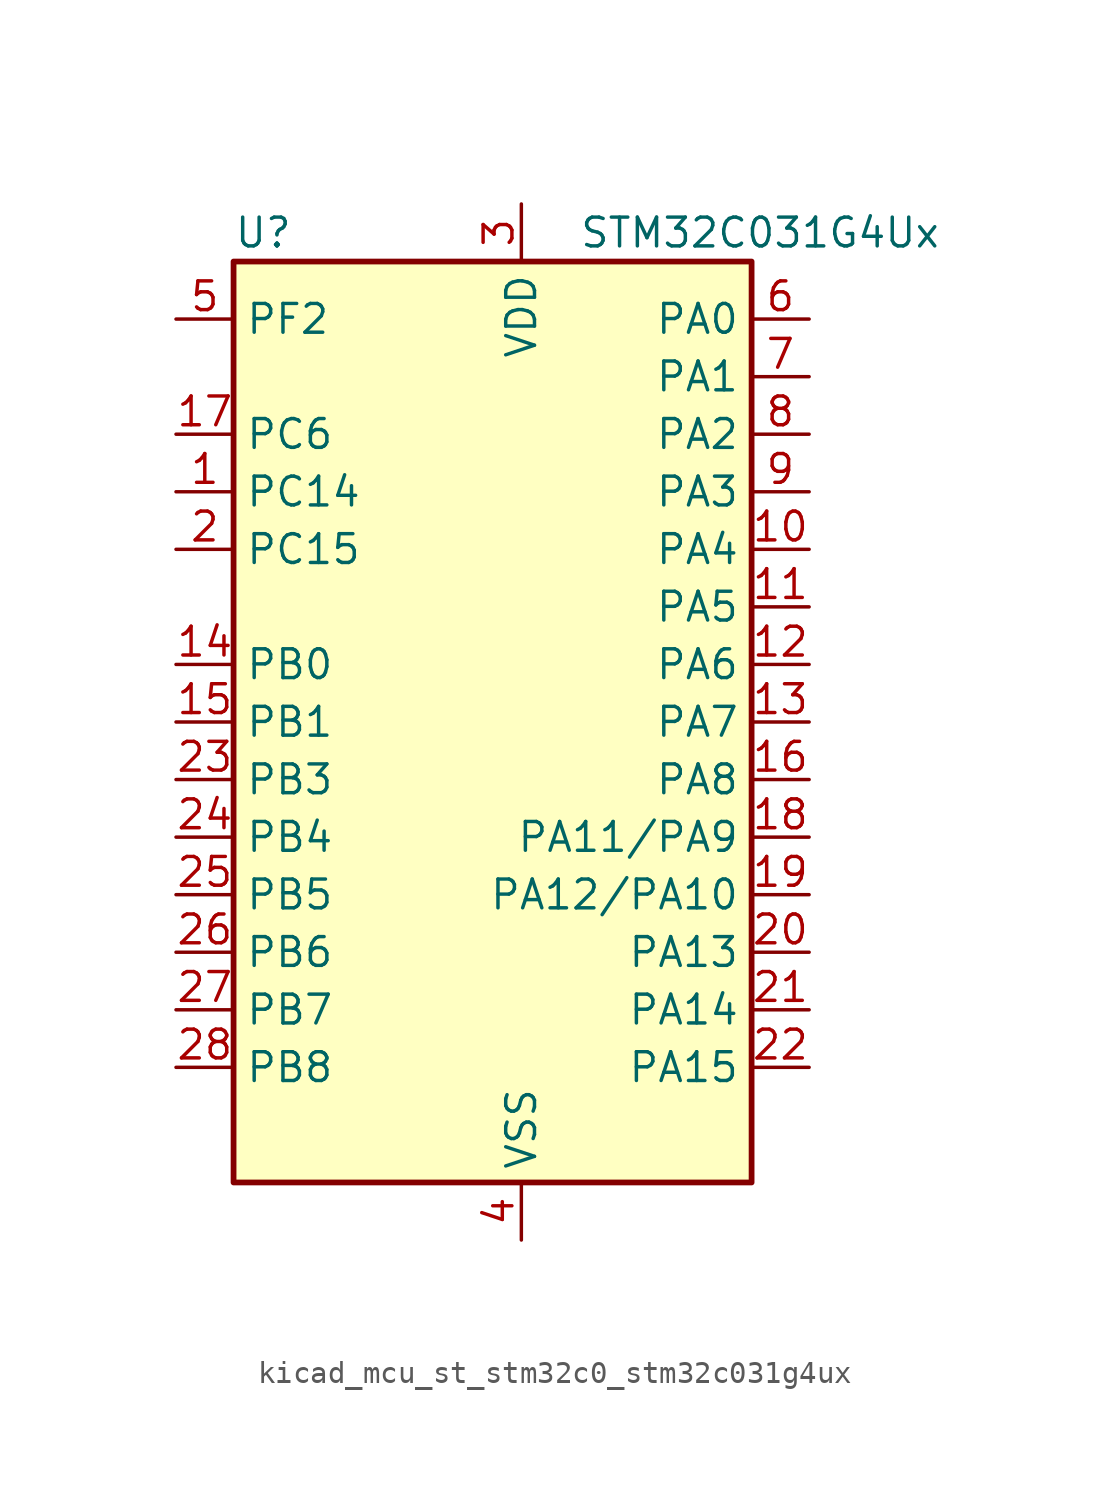
<source format=kicad_sym>
(kicad_symbol_lib
  (version 20220914)
  (generator kicad_symbol_editor)
  (symbol "kicad_mcu_st_stm32c0_stm32c031g4ux"
    (property "Reference" "U"
      (at -10.16 21.59 0)
      (effects (font (size 1.27 1.27)) (justify left)))
    (property "Value" "STM32C031G4Ux"
      (at 5.08 21.59 0)
      (effects (font (size 1.27 1.27)) (justify left)))
    (property "ki_locked" ""
      (at 0 0 0)
      (effects (font (size 1.27 1.27))))
    (symbol "kicad_mcu_st_stm32c0_stm32c031g4ux_0_1"
      (rectangle (start -10.16 -20.32) (end 12.7 20.32) (stroke (width 0.254) (type default)) (fill (type background))))
    (symbol "kicad_mcu_st_stm32c0_stm32c031g4ux_1_1"
      (pin bidirectional line (at -12.7 10.16 0) (length 2.54) (name "PC14" (effects (font (size 1.27 1.27)))) (number "1" (effects (font (size 1.27 1.27)))) (alternate "I2C1_SDA" bidirectional line) (alternate "IR_OUT" bidirectional line) (alternate "RCC_OSCX_IN" bidirectional line) (alternate "TIM17_CH1" bidirectional line) (alternate "TIM1_BKIN2" bidirectional line) (alternate "TIM1_ETR" bidirectional line) (alternate "TIM3_CH2" bidirectional line) (alternate "USART1_TX" bidirectional line) (alternate "USART2_CK" bidirectional line) (alternate "USART2_DE" bidirectional line) (alternate "USART2_RTS" bidirectional line))
      (pin bidirectional line (at 15.24 7.62 180) (length 2.54) (name "PA4" (effects (font (size 1.27 1.27)))) (number "10" (effects (font (size 1.27 1.27)))) (alternate "ADC1_IN4" bidirectional line) (alternate "I2S1_WS" bidirectional line) (alternate "PWR_WKUP2" bidirectional line) (alternate "RTC_OUT1" bidirectional line) (alternate "RTC_TS" bidirectional line) (alternate "SPI1_NSS" bidirectional line) (alternate "TIM14_CH1" bidirectional line) (alternate "TIM17_CH1N" bidirectional line) (alternate "TIM1_CH2N" bidirectional line) (alternate "USART2_TX" bidirectional line))
      (pin bidirectional line (at 15.24 5.08 180) (length 2.54) (name "PA5" (effects (font (size 1.27 1.27)))) (number "11" (effects (font (size 1.27 1.27)))) (alternate "ADC1_IN5" bidirectional line) (alternate "I2S1_CK" bidirectional line) (alternate "SPI1_SCK" bidirectional line) (alternate "TIM1_CH1" bidirectional line) (alternate "TIM1_CH3N" bidirectional line) (alternate "USART2_RX" bidirectional line))
      (pin bidirectional line (at 15.24 2.54 180) (length 2.54) (name "PA6" (effects (font (size 1.27 1.27)))) (number "12" (effects (font (size 1.27 1.27)))) (alternate "ADC1_IN6" bidirectional line) (alternate "I2S1_MCK" bidirectional line) (alternate "SPI1_MISO" bidirectional line) (alternate "TIM16_CH1" bidirectional line) (alternate "TIM1_BKIN" bidirectional line) (alternate "TIM3_CH1" bidirectional line))
      (pin bidirectional line (at 15.24 0 180) (length 2.54) (name "PA7" (effects (font (size 1.27 1.27)))) (number "13" (effects (font (size 1.27 1.27)))) (alternate "ADC1_IN7" bidirectional line) (alternate "I2S1_SD" bidirectional line) (alternate "SPI1_MOSI" bidirectional line) (alternate "TIM14_CH1" bidirectional line) (alternate "TIM17_CH1" bidirectional line) (alternate "TIM1_CH1N" bidirectional line) (alternate "TIM3_CH2" bidirectional line))
      (pin bidirectional line (at -12.7 2.54 0) (length 2.54) (name "PB0" (effects (font (size 1.27 1.27)))) (number "14" (effects (font (size 1.27 1.27)))) (alternate "ADC1_IN17" bidirectional line) (alternate "I2S1_WS" bidirectional line) (alternate "SPI1_NSS" bidirectional line) (alternate "TIM1_CH2N" bidirectional line) (alternate "TIM3_CH3" bidirectional line))
      (pin bidirectional line (at -12.7 0 0) (length 2.54) (name "PB1" (effects (font (size 1.27 1.27)))) (number "15" (effects (font (size 1.27 1.27)))) (alternate "ADC1_IN18" bidirectional line) (alternate "TIM14_CH1" bidirectional line) (alternate "TIM1_CH2N" bidirectional line) (alternate "TIM1_CH3N" bidirectional line) (alternate "TIM3_CH4" bidirectional line))
      (pin bidirectional line (at 15.24 -2.54 180) (length 2.54) (name "PA8" (effects (font (size 1.27 1.27)))) (number "16" (effects (font (size 1.27 1.27)))) (alternate "ADC1_IN8" bidirectional line) (alternate "I2S1_WS" bidirectional line) (alternate "RCC_MCO" bidirectional line) (alternate "RCC_MCO_2" bidirectional line) (alternate "SPI1_NSS" bidirectional line) (alternate "TIM14_CH1" bidirectional line) (alternate "TIM1_CH1" bidirectional line) (alternate "TIM1_CH2N" bidirectional line) (alternate "TIM1_CH3N" bidirectional line) (alternate "TIM3_CH3" bidirectional line) (alternate "TIM3_CH4" bidirectional line) (alternate "USART1_RX" bidirectional line) (alternate "USART2_TX" bidirectional line))
      (pin bidirectional line (at -12.7 12.7 0) (length 2.54) (name "PC6" (effects (font (size 1.27 1.27)))) (number "17" (effects (font (size 1.27 1.27)))) (alternate "TIM3_CH1" bidirectional line))
      (pin bidirectional line (at 15.24 -5.08 180) (length 2.54) (name "PA11/PA9" (effects (font (size 1.27 1.27)))) (number "18" (effects (font (size 1.27 1.27)))) (alternate "ADC1_EXTI11" bidirectional line) (alternate "ADC1_IN11" bidirectional line) (alternate "I2S1_MCK" bidirectional line) (alternate "SPI1_MISO" bidirectional line) (alternate "TIM1_BKIN2" bidirectional line) (alternate "TIM1_CH4" bidirectional line) (alternate "USART1_CTS" bidirectional line) (alternate "USART1_NSS" bidirectional line))
      (pin bidirectional line (at 15.24 -7.62 180) (length 2.54) (name "PA12/PA10" (effects (font (size 1.27 1.27)))) (number "19" (effects (font (size 1.27 1.27)))) (alternate "ADC1_IN12" bidirectional line) (alternate "I2S1_SD" bidirectional line) (alternate "I2S_CKIN" bidirectional line) (alternate "SPI1_MOSI" bidirectional line) (alternate "TIM1_ETR" bidirectional line) (alternate "USART1_CK" bidirectional line) (alternate "USART1_DE" bidirectional line) (alternate "USART1_RTS" bidirectional line))
      (pin bidirectional line (at -12.7 7.62 0) (length 2.54) (name "PC15" (effects (font (size 1.27 1.27)))) (number "2" (effects (font (size 1.27 1.27)))) (alternate "RCC_OSC32_EN" bidirectional line) (alternate "RCC_OSCX_OUT" bidirectional line) (alternate "RCC_OSC_EN" bidirectional line) (alternate "TIM1_ETR" bidirectional line) (alternate "TIM3_CH3" bidirectional line))
      (pin bidirectional line (at 15.24 -10.16 180) (length 2.54) (name "PA13" (effects (font (size 1.27 1.27)))) (number "20" (effects (font (size 1.27 1.27)))) (alternate "ADC1_IN13" bidirectional line) (alternate "DEBUG_SWDIO" bidirectional line) (alternate "IR_OUT" bidirectional line) (alternate "TIM3_ETR" bidirectional line) (alternate "USART2_RX" bidirectional line))
      (pin bidirectional line (at 15.24 -12.7 180) (length 2.54) (name "PA14" (effects (font (size 1.27 1.27)))) (number "21" (effects (font (size 1.27 1.27)))) (alternate "ADC1_IN14" bidirectional line) (alternate "DEBUG_SWCLK" bidirectional line) (alternate "I2S1_WS" bidirectional line) (alternate "RCC_MCO_2" bidirectional line) (alternate "SPI1_NSS" bidirectional line) (alternate "TIM1_CH1" bidirectional line) (alternate "USART1_CK" bidirectional line) (alternate "USART1_DE" bidirectional line) (alternate "USART1_RTS" bidirectional line) (alternate "USART2_RX" bidirectional line) (alternate "USART2_TX" bidirectional line))
      (pin bidirectional line (at 15.24 -15.24 180) (length 2.54) (name "PA15" (effects (font (size 1.27 1.27)))) (number "22" (effects (font (size 1.27 1.27)))) (alternate "I2S1_WS" bidirectional line) (alternate "RCC_MCO_2" bidirectional line) (alternate "SPI1_NSS" bidirectional line) (alternate "TIM1_CH1" bidirectional line) (alternate "USART1_CK" bidirectional line) (alternate "USART1_DE" bidirectional line) (alternate "USART1_RTS" bidirectional line) (alternate "USART2_RX" bidirectional line))
      (pin bidirectional line (at -12.7 -2.54 0) (length 2.54) (name "PB3" (effects (font (size 1.27 1.27)))) (number "23" (effects (font (size 1.27 1.27)))) (alternate "I2S1_CK" bidirectional line) (alternate "SPI1_SCK" bidirectional line) (alternate "TIM1_CH2" bidirectional line) (alternate "TIM3_CH2" bidirectional line) (alternate "USART1_CK" bidirectional line) (alternate "USART1_DE" bidirectional line) (alternate "USART1_RTS" bidirectional line))
      (pin bidirectional line (at -12.7 -5.08 0) (length 2.54) (name "PB4" (effects (font (size 1.27 1.27)))) (number "24" (effects (font (size 1.27 1.27)))) (alternate "I2S1_MCK" bidirectional line) (alternate "SPI1_MISO" bidirectional line) (alternate "TIM17_BKIN" bidirectional line) (alternate "TIM3_CH1" bidirectional line) (alternate "USART1_CTS" bidirectional line) (alternate "USART1_NSS" bidirectional line))
      (pin bidirectional line (at -12.7 -7.62 0) (length 2.54) (name "PB5" (effects (font (size 1.27 1.27)))) (number "25" (effects (font (size 1.27 1.27)))) (alternate "I2C1_SMBA" bidirectional line) (alternate "I2S1_SD" bidirectional line) (alternate "PWR_WKUP6" bidirectional line) (alternate "SPI1_MOSI" bidirectional line) (alternate "TIM16_BKIN" bidirectional line) (alternate "TIM3_CH2" bidirectional line) (alternate "TIM3_CH3" bidirectional line))
      (pin bidirectional line (at -12.7 -10.16 0) (length 2.54) (name "PB6" (effects (font (size 1.27 1.27)))) (number "26" (effects (font (size 1.27 1.27)))) (alternate "I2C1_SCL" bidirectional line) (alternate "I2C1_SMBA" bidirectional line) (alternate "I2S1_CK" bidirectional line) (alternate "I2S1_MCK" bidirectional line) (alternate "I2S1_SD" bidirectional line) (alternate "PWR_WKUP3" bidirectional line) (alternate "SPI1_MISO" bidirectional line) (alternate "SPI1_MOSI" bidirectional line) (alternate "SPI1_SCK" bidirectional line) (alternate "TIM16_BKIN" bidirectional line) (alternate "TIM16_CH1N" bidirectional line) (alternate "TIM17_BKIN" bidirectional line) (alternate "TIM1_CH2" bidirectional line) (alternate "TIM1_CH3" bidirectional line) (alternate "TIM3_CH1" bidirectional line) (alternate "TIM3_CH2" bidirectional line) (alternate "TIM3_CH3" bidirectional line) (alternate "USART1_CK" bidirectional line) (alternate "USART1_CTS" bidirectional line) (alternate "USART1_DE" bidirectional line) (alternate "USART1_NSS" bidirectional line) (alternate "USART1_RTS" bidirectional line) (alternate "USART1_TX" bidirectional line))
      (pin bidirectional line (at -12.7 -12.7 0) (length 2.54) (name "PB7" (effects (font (size 1.27 1.27)))) (number "27" (effects (font (size 1.27 1.27)))) (alternate "I2C1_SCL" bidirectional line) (alternate "I2C1_SDA" bidirectional line) (alternate "RTC_REFIN" bidirectional line) (alternate "TIM16_CH1" bidirectional line) (alternate "TIM17_CH1N" bidirectional line) (alternate "TIM1_CH4" bidirectional line) (alternate "TIM3_CH1" bidirectional line) (alternate "TIM3_CH4" bidirectional line) (alternate "USART1_RX" bidirectional line) (alternate "USART2_CTS" bidirectional line) (alternate "USART2_NSS" bidirectional line))
      (pin bidirectional line (at -12.7 -15.24 0) (length 2.54) (name "PB8" (effects (font (size 1.27 1.27)))) (number "28" (effects (font (size 1.27 1.27)))) (alternate "I2C1_SCL" bidirectional line) (alternate "TIM16_CH1" bidirectional line) (alternate "TIM3_CH1" bidirectional line) (alternate "USART2_CTS" bidirectional line) (alternate "USART2_NSS" bidirectional line))
      (pin power_in line (at 2.54 22.86 270) (length 2.54) (name "VDD" (effects (font (size 1.27 1.27)))) (number "3" (effects (font (size 1.27 1.27)))))
      (pin power_in line (at 2.54 -22.86 90) (length 2.54) (name "VSS" (effects (font (size 1.27 1.27)))) (number "4" (effects (font (size 1.27 1.27)))))
      (pin bidirectional line (at -12.7 17.78 0) (length 2.54) (name "PF2" (effects (font (size 1.27 1.27)))) (number "5" (effects (font (size 1.27 1.27)))) (alternate "RCC_MCO" bidirectional line) (alternate "TIM1_CH4" bidirectional line))
      (pin bidirectional line (at 15.24 17.78 180) (length 2.54) (name "PA0" (effects (font (size 1.27 1.27)))) (number "6" (effects (font (size 1.27 1.27)))) (alternate "ADC1_IN0" bidirectional line) (alternate "PWR_WKUP1" bidirectional line) (alternate "TIM16_CH1" bidirectional line) (alternate "TIM1_CH1" bidirectional line) (alternate "USART1_TX" bidirectional line) (alternate "USART2_CTS" bidirectional line) (alternate "USART2_NSS" bidirectional line))
      (pin bidirectional line (at 15.24 15.24 180) (length 2.54) (name "PA1" (effects (font (size 1.27 1.27)))) (number "7" (effects (font (size 1.27 1.27)))) (alternate "ADC1_IN1" bidirectional line) (alternate "I2C1_SMBA" bidirectional line) (alternate "I2S1_CK" bidirectional line) (alternate "SPI1_SCK" bidirectional line) (alternate "TIM17_CH1" bidirectional line) (alternate "TIM1_CH2" bidirectional line) (alternate "USART1_RX" bidirectional line) (alternate "USART2_CK" bidirectional line) (alternate "USART2_DE" bidirectional line) (alternate "USART2_RTS" bidirectional line))
      (pin bidirectional line (at 15.24 12.7 180) (length 2.54) (name "PA2" (effects (font (size 1.27 1.27)))) (number "8" (effects (font (size 1.27 1.27)))) (alternate "ADC1_IN2" bidirectional line) (alternate "I2S1_SD" bidirectional line) (alternate "PWR_WKUP4" bidirectional line) (alternate "RCC_LSCO" bidirectional line) (alternate "SPI1_MOSI" bidirectional line) (alternate "TIM16_CH1N" bidirectional line) (alternate "TIM1_CH3" bidirectional line) (alternate "TIM3_ETR" bidirectional line) (alternate "USART2_TX" bidirectional line))
      (pin bidirectional line (at 15.24 10.16 180) (length 2.54) (name "PA3" (effects (font (size 1.27 1.27)))) (number "9" (effects (font (size 1.27 1.27)))) (alternate "ADC1_IN3" bidirectional line) (alternate "TIM1_CH1N" bidirectional line) (alternate "TIM1_CH4" bidirectional line) (alternate "USART2_RX" bidirectional line)))))
</source>
